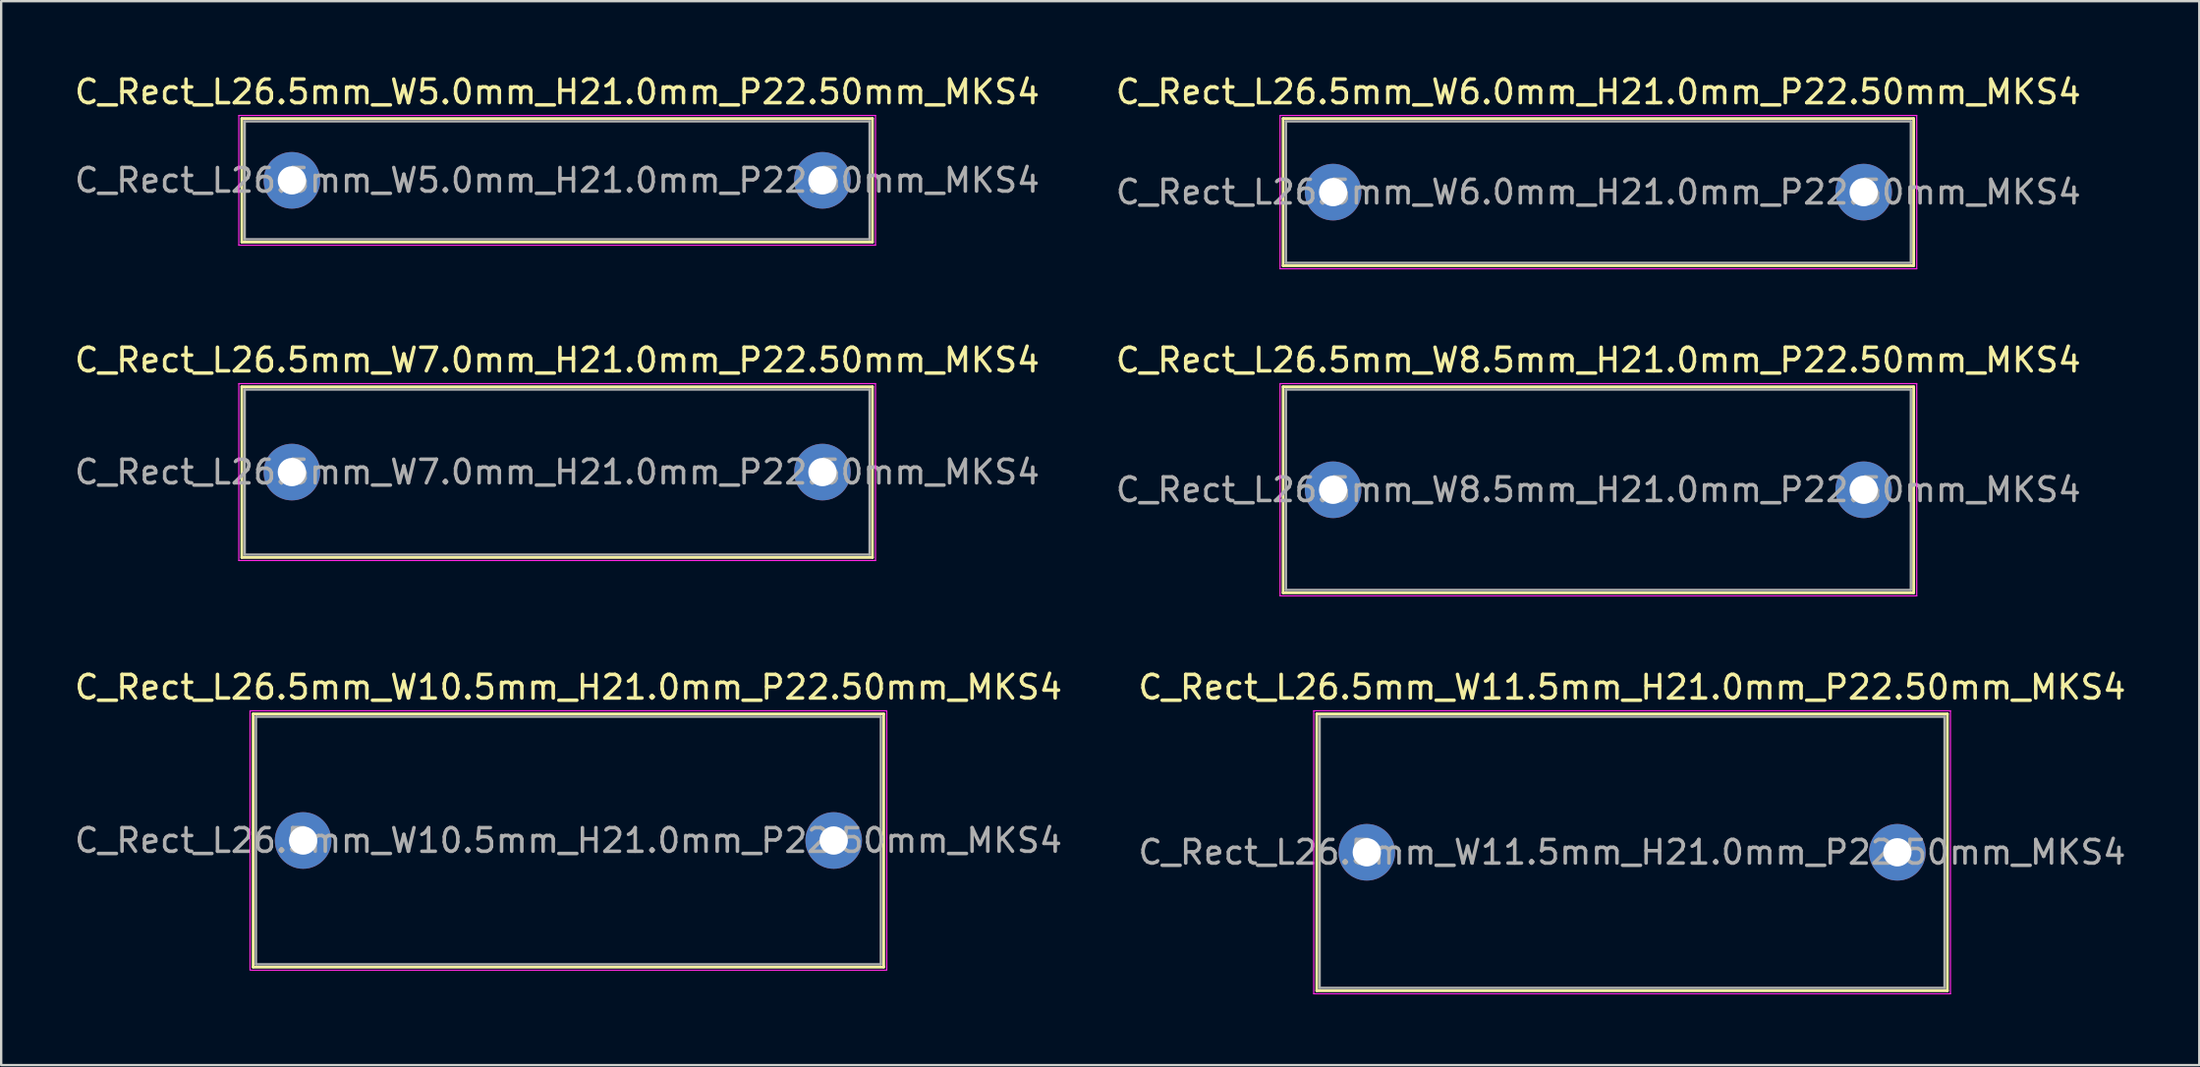
<source format=kicad_pcb>
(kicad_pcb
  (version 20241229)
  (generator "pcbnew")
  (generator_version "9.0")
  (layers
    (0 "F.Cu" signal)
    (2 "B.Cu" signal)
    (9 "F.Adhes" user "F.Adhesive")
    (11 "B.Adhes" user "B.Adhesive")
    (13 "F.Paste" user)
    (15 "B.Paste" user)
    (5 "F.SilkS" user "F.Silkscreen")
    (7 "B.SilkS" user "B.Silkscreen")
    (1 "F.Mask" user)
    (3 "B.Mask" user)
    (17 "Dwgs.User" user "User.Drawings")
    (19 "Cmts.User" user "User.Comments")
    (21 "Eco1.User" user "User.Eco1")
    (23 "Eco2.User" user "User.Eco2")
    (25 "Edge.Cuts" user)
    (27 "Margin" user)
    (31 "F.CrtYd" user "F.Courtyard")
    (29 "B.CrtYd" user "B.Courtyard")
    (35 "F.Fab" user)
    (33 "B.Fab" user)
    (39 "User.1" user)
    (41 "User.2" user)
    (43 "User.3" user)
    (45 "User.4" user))
  (footprint "C_Rect_L26.5mm_W7.0mm_H21.0mm_P22.50mm_MKS4"
    (layer "F.Cu")
    (at 9.327 16.971)
    (property "Reference" "C_Rect_L26.5mm_W7.0mm_H21.0mm_P22.50mm_MKS4" (at 11.25 -4.75 0) (layer "F.SilkS") (effects (font (size 1 1) (thickness 0.15))))
    (attr through_hole)
    (fp_line (start -2.12 -3.62) (end -2.12 3.62) (stroke (width 0.12) (type solid)) (layer "F.SilkS"))
    (fp_line (start -2.12 -3.62) (end 24.62 -3.62) (stroke (width 0.12) (type solid)) (layer "F.SilkS"))
    (fp_line (start -2.12 3.62) (end 24.62 3.62) (stroke (width 0.12) (type solid)) (layer "F.SilkS"))
    (fp_line (start 24.62 -3.62) (end 24.62 3.62) (stroke (width 0.12) (type solid)) (layer "F.SilkS"))
    (fp_line (start -2.25 -3.75) (end -2.25 3.75) (stroke (width 0.05) (type solid)) (layer "F.CrtYd"))
    (fp_line (start -2.25 3.75) (end 24.75 3.75) (stroke (width 0.05) (type solid)) (layer "F.CrtYd"))
    (fp_line (start 24.75 -3.75) (end -2.25 -3.75) (stroke (width 0.05) (type solid)) (layer "F.CrtYd"))
    (fp_line (start 24.75 3.75) (end 24.75 -3.75) (stroke (width 0.05) (type solid)) (layer "F.CrtYd"))
    (fp_line (start -2 -3.5) (end -2 3.5) (stroke (width 0.1) (type solid)) (layer "F.Fab"))
    (fp_line (start -2 3.5) (end 24.5 3.5) (stroke (width 0.1) (type solid)) (layer "F.Fab"))
    (fp_line (start 24.5 -3.5) (end -2 -3.5) (stroke (width 0.1) (type solid)) (layer "F.Fab"))
    (fp_line (start 24.5 3.5) (end 24.5 -3.5) (stroke (width 0.1) (type solid)) (layer "F.Fab"))
    (fp_text user "${REFERENCE}" (at 11.25 0 0) (layer "F.Fab") (effects (font (size 1 1) (thickness 0.15))))
    (pad "1" thru_hole circle (at 0 0) (size 2.4 2.4) (drill 1.2) (layers "*.Cu" "*.Mask"))
    (pad "2" thru_hole circle (at 22.5 0) (size 2.4 2.4) (drill 1.2) (layers "*.Cu" "*.Mask")))
  (footprint "C_Rect_L26.5mm_W10.5mm_H21.0mm_P22.50mm_MKS4"
    (layer "F.Cu")
    (at 9.804 32.595)
    (property "Reference" "C_Rect_L26.5mm_W10.5mm_H21.0mm_P22.50mm_MKS4" (at 11.25 -6.5 0) (layer "F.SilkS") (effects (font (size 1 1) (thickness 0.15))))
    (attr through_hole)
    (fp_line (start -2.12 -5.37) (end -2.12 5.37) (stroke (width 0.12) (type solid)) (layer "F.SilkS"))
    (fp_line (start -2.12 -5.37) (end 24.62 -5.37) (stroke (width 0.12) (type solid)) (layer "F.SilkS"))
    (fp_line (start -2.12 5.37) (end 24.62 5.37) (stroke (width 0.12) (type solid)) (layer "F.SilkS"))
    (fp_line (start 24.62 -5.37) (end 24.62 5.37) (stroke (width 0.12) (type solid)) (layer "F.SilkS"))
    (fp_line (start -2.25 -5.5) (end -2.25 5.5) (stroke (width 0.05) (type solid)) (layer "F.CrtYd"))
    (fp_line (start -2.25 5.5) (end 24.75 5.5) (stroke (width 0.05) (type solid)) (layer "F.CrtYd"))
    (fp_line (start 24.75 -5.5) (end -2.25 -5.5) (stroke (width 0.05) (type solid)) (layer "F.CrtYd"))
    (fp_line (start 24.75 5.5) (end 24.75 -5.5) (stroke (width 0.05) (type solid)) (layer "F.CrtYd"))
    (fp_line (start -2 -5.25) (end -2 5.25) (stroke (width 0.1) (type solid)) (layer "F.Fab"))
    (fp_line (start -2 5.25) (end 24.5 5.25) (stroke (width 0.1) (type solid)) (layer "F.Fab"))
    (fp_line (start 24.5 -5.25) (end -2 -5.25) (stroke (width 0.1) (type solid)) (layer "F.Fab"))
    (fp_line (start 24.5 5.25) (end 24.5 -5.25) (stroke (width 0.1) (type solid)) (layer "F.Fab"))
    (fp_text user "${REFERENCE}" (at 11.25 0 0) (layer "F.Fab") (effects (font (size 1 1) (thickness 0.15))))
    (pad "1" thru_hole circle (at 0 0) (size 2.4 2.4) (drill 1.2) (layers "*.Cu" "*.Mask"))
    (pad "2" thru_hole circle (at 22.5 0) (size 2.4 2.4) (drill 1.2) (layers "*.Cu" "*.Mask")))
  (footprint "C_Rect_L26.5mm_W5.0mm_H21.0mm_P22.50mm_MKS4"
    (layer "F.Cu")
    (at 9.327 4.598)
    (property "Reference" "C_Rect_L26.5mm_W5.0mm_H21.0mm_P22.50mm_MKS4" (at 11.25 -3.75 0) (layer "F.SilkS") (effects (font (size 1 1) (thickness 0.15))))
    (attr through_hole)
    (fp_line (start -2.12 -2.62) (end -2.12 2.62) (stroke (width 0.12) (type solid)) (layer "F.SilkS"))
    (fp_line (start -2.12 -2.62) (end 24.62 -2.62) (stroke (width 0.12) (type solid)) (layer "F.SilkS"))
    (fp_line (start -2.12 2.62) (end 24.62 2.62) (stroke (width 0.12) (type solid)) (layer "F.SilkS"))
    (fp_line (start 24.62 -2.62) (end 24.62 2.62) (stroke (width 0.12) (type solid)) (layer "F.SilkS"))
    (fp_line (start -2.25 -2.75) (end -2.25 2.75) (stroke (width 0.05) (type solid)) (layer "F.CrtYd"))
    (fp_line (start -2.25 2.75) (end 24.75 2.75) (stroke (width 0.05) (type solid)) (layer "F.CrtYd"))
    (fp_line (start 24.75 -2.75) (end -2.25 -2.75) (stroke (width 0.05) (type solid)) (layer "F.CrtYd"))
    (fp_line (start 24.75 2.75) (end 24.75 -2.75) (stroke (width 0.05) (type solid)) (layer "F.CrtYd"))
    (fp_line (start -2 -2.5) (end -2 2.5) (stroke (width 0.1) (type solid)) (layer "F.Fab"))
    (fp_line (start -2 2.5) (end 24.5 2.5) (stroke (width 0.1) (type solid)) (layer "F.Fab"))
    (fp_line (start 24.5 -2.5) (end -2 -2.5) (stroke (width 0.1) (type solid)) (layer "F.Fab"))
    (fp_line (start 24.5 2.5) (end 24.5 -2.5) (stroke (width 0.1) (type solid)) (layer "F.Fab"))
    (fp_text user "${REFERENCE}" (at 11.25 0 0) (layer "F.Fab") (effects (font (size 1 1) (thickness 0.15))))
    (pad "1" thru_hole circle (at 0 0) (size 2.4 2.4) (drill 1.2) (layers "*.Cu" "*.Mask"))
    (pad "2" thru_hole circle (at 22.5 0) (size 2.4 2.4) (drill 1.2) (layers "*.Cu" "*.Mask")))
  (footprint "C_Rect_L26.5mm_W11.5mm_H21.0mm_P22.50mm_MKS4"
    (layer "F.Cu")
    (at 54.911 33.095)
    (property "Reference" "C_Rect_L26.5mm_W11.5mm_H21.0mm_P22.50mm_MKS4" (at 11.25 -7 0) (layer "F.SilkS") (effects (font (size 1 1) (thickness 0.15))))
    (attr through_hole)
    (fp_line (start -2.12 -5.87) (end -2.12 5.87) (stroke (width 0.12) (type solid)) (layer "F.SilkS"))
    (fp_line (start -2.12 -5.87) (end 24.62 -5.87) (stroke (width 0.12) (type solid)) (layer "F.SilkS"))
    (fp_line (start -2.12 5.87) (end 24.62 5.87) (stroke (width 0.12) (type solid)) (layer "F.SilkS"))
    (fp_line (start 24.62 -5.87) (end 24.62 5.87) (stroke (width 0.12) (type solid)) (layer "F.SilkS"))
    (fp_line (start -2.25 -6) (end -2.25 6) (stroke (width 0.05) (type solid)) (layer "F.CrtYd"))
    (fp_line (start -2.25 6) (end 24.75 6) (stroke (width 0.05) (type solid)) (layer "F.CrtYd"))
    (fp_line (start 24.75 -6) (end -2.25 -6) (stroke (width 0.05) (type solid)) (layer "F.CrtYd"))
    (fp_line (start 24.75 6) (end 24.75 -6) (stroke (width 0.05) (type solid)) (layer "F.CrtYd"))
    (fp_line (start -2 -5.75) (end -2 5.75) (stroke (width 0.1) (type solid)) (layer "F.Fab"))
    (fp_line (start -2 5.75) (end 24.5 5.75) (stroke (width 0.1) (type solid)) (layer "F.Fab"))
    (fp_line (start 24.5 -5.75) (end -2 -5.75) (stroke (width 0.1) (type solid)) (layer "F.Fab"))
    (fp_line (start 24.5 5.75) (end 24.5 -5.75) (stroke (width 0.1) (type solid)) (layer "F.Fab"))
    (fp_text user "${REFERENCE}" (at 11.25 0 0) (layer "F.Fab") (effects (font (size 1 1) (thickness 0.15))))
    (pad "1" thru_hole circle (at 0 0) (size 2.4 2.4) (drill 1.2) (layers "*.Cu" "*.Mask"))
    (pad "2" thru_hole circle (at 22.5 0) (size 2.4 2.4) (drill 1.2) (layers "*.Cu" "*.Mask")))
  (footprint "C_Rect_L26.5mm_W8.5mm_H21.0mm_P22.50mm_MKS4"
    (layer "F.Cu")
    (at 53.482 17.721)
    (property "Reference" "C_Rect_L26.5mm_W8.5mm_H21.0mm_P22.50mm_MKS4" (at 11.25 -5.5 0) (layer "F.SilkS") (effects (font (size 1 1) (thickness 0.15))))
    (attr through_hole)
    (fp_line (start -2.12 -4.37) (end -2.12 4.37) (stroke (width 0.12) (type solid)) (layer "F.SilkS"))
    (fp_line (start -2.12 -4.37) (end 24.62 -4.37) (stroke (width 0.12) (type solid)) (layer "F.SilkS"))
    (fp_line (start -2.12 4.37) (end 24.62 4.37) (stroke (width 0.12) (type solid)) (layer "F.SilkS"))
    (fp_line (start 24.62 -4.37) (end 24.62 4.37) (stroke (width 0.12) (type solid)) (layer "F.SilkS"))
    (fp_line (start -2.25 -4.5) (end -2.25 4.5) (stroke (width 0.05) (type solid)) (layer "F.CrtYd"))
    (fp_line (start -2.25 4.5) (end 24.75 4.5) (stroke (width 0.05) (type solid)) (layer "F.CrtYd"))
    (fp_line (start 24.75 -4.5) (end -2.25 -4.5) (stroke (width 0.05) (type solid)) (layer "F.CrtYd"))
    (fp_line (start 24.75 4.5) (end 24.75 -4.5) (stroke (width 0.05) (type solid)) (layer "F.CrtYd"))
    (fp_line (start -2 -4.25) (end -2 4.25) (stroke (width 0.1) (type solid)) (layer "F.Fab"))
    (fp_line (start -2 4.25) (end 24.5 4.25) (stroke (width 0.1) (type solid)) (layer "F.Fab"))
    (fp_line (start 24.5 -4.25) (end -2 -4.25) (stroke (width 0.1) (type solid)) (layer "F.Fab"))
    (fp_line (start 24.5 4.25) (end 24.5 -4.25) (stroke (width 0.1) (type solid)) (layer "F.Fab"))
    (fp_text user "${REFERENCE}" (at 11.25 0 0) (layer "F.Fab") (effects (font (size 1 1) (thickness 0.15))))
    (pad "1" thru_hole circle (at 0 0) (size 2.4 2.4) (drill 1.2) (layers "*.Cu" "*.Mask"))
    (pad "2" thru_hole circle (at 22.5 0) (size 2.4 2.4) (drill 1.2) (layers "*.Cu" "*.Mask")))
  (footprint "C_Rect_L26.5mm_W6.0mm_H21.0mm_P22.50mm_MKS4"
    (layer "F.Cu")
    (at 53.482 5.098)
    (property "Reference" "C_Rect_L26.5mm_W6.0mm_H21.0mm_P22.50mm_MKS4" (at 11.25 -4.25 0) (layer "F.SilkS") (effects (font (size 1 1) (thickness 0.15))))
    (attr through_hole)
    (fp_line (start -2.12 -3.12) (end -2.12 3.12) (stroke (width 0.12) (type solid)) (layer "F.SilkS"))
    (fp_line (start -2.12 -3.12) (end 24.62 -3.12) (stroke (width 0.12) (type solid)) (layer "F.SilkS"))
    (fp_line (start -2.12 3.12) (end 24.62 3.12) (stroke (width 0.12) (type solid)) (layer "F.SilkS"))
    (fp_line (start 24.62 -3.12) (end 24.62 3.12) (stroke (width 0.12) (type solid)) (layer "F.SilkS"))
    (fp_line (start -2.25 -3.25) (end -2.25 3.25) (stroke (width 0.05) (type solid)) (layer "F.CrtYd"))
    (fp_line (start -2.25 3.25) (end 24.75 3.25) (stroke (width 0.05) (type solid)) (layer "F.CrtYd"))
    (fp_line (start 24.75 -3.25) (end -2.25 -3.25) (stroke (width 0.05) (type solid)) (layer "F.CrtYd"))
    (fp_line (start 24.75 3.25) (end 24.75 -3.25) (stroke (width 0.05) (type solid)) (layer "F.CrtYd"))
    (fp_line (start -2 -3) (end -2 3) (stroke (width 0.1) (type solid)) (layer "F.Fab"))
    (fp_line (start -2 3) (end 24.5 3) (stroke (width 0.1) (type solid)) (layer "F.Fab"))
    (fp_line (start 24.5 -3) (end -2 -3) (stroke (width 0.1) (type solid)) (layer "F.Fab"))
    (fp_line (start 24.5 3) (end 24.5 -3) (stroke (width 0.1) (type solid)) (layer "F.Fab"))
    (fp_text user "${REFERENCE}" (at 11.25 0 0) (layer "F.Fab") (effects (font (size 1 1) (thickness 0.15))))
    (pad "1" thru_hole circle (at 0 0) (size 2.4 2.4) (drill 1.2) (layers "*.Cu" "*.Mask"))
    (pad "2" thru_hole circle (at 22.5 0) (size 2.4 2.4) (drill 1.2) (layers "*.Cu" "*.Mask")))
  (gr_rect
    (start -3 -3)
    (end 90.214 42.12)
    (stroke (width 0.1) (type default))
    (fill no)
    (layer "Edge.Cuts")))
</source>
